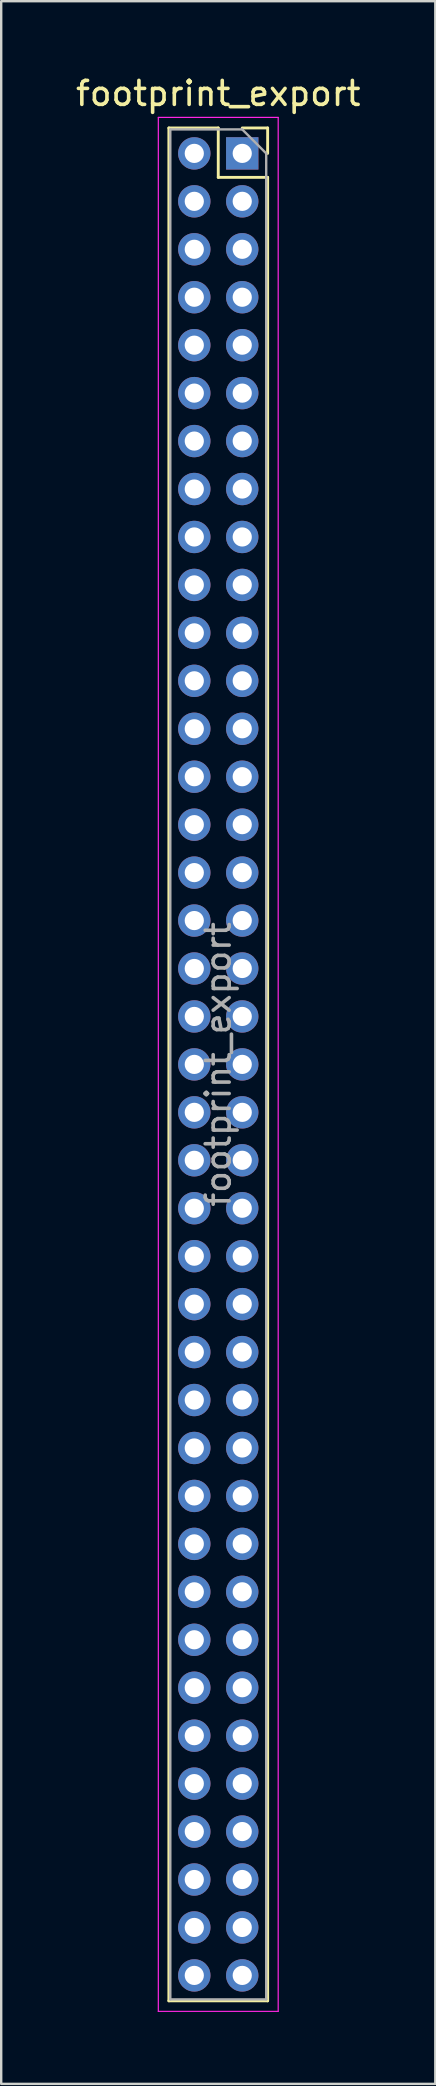
<source format=kicad_pcb>
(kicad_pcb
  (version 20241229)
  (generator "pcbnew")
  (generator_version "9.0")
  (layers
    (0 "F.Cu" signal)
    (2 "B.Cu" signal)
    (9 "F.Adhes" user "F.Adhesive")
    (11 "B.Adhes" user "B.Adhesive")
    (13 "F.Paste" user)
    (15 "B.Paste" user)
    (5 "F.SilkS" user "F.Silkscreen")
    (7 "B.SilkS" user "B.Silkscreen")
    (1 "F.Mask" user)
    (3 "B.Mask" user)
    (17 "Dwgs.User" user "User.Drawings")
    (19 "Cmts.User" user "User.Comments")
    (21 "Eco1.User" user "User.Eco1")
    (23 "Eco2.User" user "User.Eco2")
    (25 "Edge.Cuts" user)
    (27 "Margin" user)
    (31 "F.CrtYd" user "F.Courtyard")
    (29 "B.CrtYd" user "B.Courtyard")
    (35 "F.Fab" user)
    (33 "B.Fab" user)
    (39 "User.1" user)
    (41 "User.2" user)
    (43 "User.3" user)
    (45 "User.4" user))
  (footprint "footprint_export"
    (layer "F.Cu")
    (at 7.054 3.348)
    (property "Reference" "footprint_export" (at -1 -2.5 0) (layer "F.SilkS") (effects (font (size 1 1) (thickness 0.15))))
    (attr through_hole)
    (fp_line (start -3.06 -1.06) (end -3.06 77.06) (stroke (width 0.12) (type solid)) (layer "F.SilkS"))
    (fp_line (start -3.06 -1.06) (end -1 -1.06) (stroke (width 0.12) (type solid)) (layer "F.SilkS"))
    (fp_line (start -3.06 77.06) (end 1.06 77.06) (stroke (width 0.12) (type solid)) (layer "F.SilkS"))
    (fp_line (start -1 -1.06) (end -1 1) (stroke (width 0.12) (type solid)) (layer "F.SilkS"))
    (fp_line (start -1 1) (end 1.06 1) (stroke (width 0.12) (type solid)) (layer "F.SilkS"))
    (fp_line (start 0 -1.06) (end 1.06 -1.06) (stroke (width 0.12) (type solid)) (layer "F.SilkS"))
    (fp_line (start 1.06 -1.06) (end 1.06 0) (stroke (width 0.12) (type solid)) (layer "F.SilkS"))
    (fp_line (start 1.06 1) (end 1.06 77.06) (stroke (width 0.12) (type solid)) (layer "F.SilkS"))
    (fp_line (start -3.5 -1.5) (end 1.5 -1.5) (stroke (width 0.05) (type solid)) (layer "F.CrtYd"))
    (fp_line (start -3.5 77.5) (end -3.5 -1.5) (stroke (width 0.05) (type solid)) (layer "F.CrtYd"))
    (fp_line (start 1.5 -1.5) (end 1.5 77.5) (stroke (width 0.05) (type solid)) (layer "F.CrtYd"))
    (fp_line (start 1.5 77.5) (end -3.5 77.5) (stroke (width 0.05) (type solid)) (layer "F.CrtYd"))
    (fp_line (start -3 -1) (end 0 -1) (stroke (width 0.1) (type solid)) (layer "F.Fab"))
    (fp_line (start -3 77) (end -3 -1) (stroke (width 0.1) (type solid)) (layer "F.Fab"))
    (fp_line (start 0 -1) (end 1 0) (stroke (width 0.1) (type solid)) (layer "F.Fab"))
    (fp_line (start 1 0) (end 1 77) (stroke (width 0.1) (type solid)) (layer "F.Fab"))
    (fp_line (start 1 77) (end -3 77) (stroke (width 0.1) (type solid)) (layer "F.Fab"))
    (fp_text user "${REFERENCE}" (at -1 38 90) (layer "F.Fab") (effects (font (size 1 1) (thickness 0.15))))
    (pad "1" thru_hole rect (at 0 0) (size 1.35 1.35) (drill 0.8) (layers "*.Cu" "*.Mask"))
    (pad "2" thru_hole oval (at -2 0) (size 1.35 1.35) (drill 0.8) (layers "*.Cu" "*.Mask"))
    (pad "3" thru_hole oval (at 0 2) (size 1.35 1.35) (drill 0.8) (layers "*.Cu" "*.Mask"))
    (pad "4" thru_hole oval (at -2 2) (size 1.35 1.35) (drill 0.8) (layers "*.Cu" "*.Mask"))
    (pad "5" thru_hole oval (at 0 4) (size 1.35 1.35) (drill 0.8) (layers "*.Cu" "*.Mask"))
    (pad "6" thru_hole oval (at -2 4) (size 1.35 1.35) (drill 0.8) (layers "*.Cu" "*.Mask"))
    (pad "7" thru_hole oval (at 0 6) (size 1.35 1.35) (drill 0.8) (layers "*.Cu" "*.Mask"))
    (pad "8" thru_hole oval (at -2 6) (size 1.35 1.35) (drill 0.8) (layers "*.Cu" "*.Mask"))
    (pad "9" thru_hole oval (at 0 8) (size 1.35 1.35) (drill 0.8) (layers "*.Cu" "*.Mask"))
    (pad "10" thru_hole oval (at -2 8) (size 1.35 1.35) (drill 0.8) (layers "*.Cu" "*.Mask"))
    (pad "11" thru_hole oval (at 0 10) (size 1.35 1.35) (drill 0.8) (layers "*.Cu" "*.Mask"))
    (pad "12" thru_hole oval (at -2 10) (size 1.35 1.35) (drill 0.8) (layers "*.Cu" "*.Mask"))
    (pad "13" thru_hole oval (at 0 12) (size 1.35 1.35) (drill 0.8) (layers "*.Cu" "*.Mask"))
    (pad "14" thru_hole oval (at -2 12) (size 1.35 1.35) (drill 0.8) (layers "*.Cu" "*.Mask"))
    (pad "15" thru_hole oval (at 0 14) (size 1.35 1.35) (drill 0.8) (layers "*.Cu" "*.Mask"))
    (pad "16" thru_hole oval (at -2 14) (size 1.35 1.35) (drill 0.8) (layers "*.Cu" "*.Mask"))
    (pad "17" thru_hole oval (at 0 16) (size 1.35 1.35) (drill 0.8) (layers "*.Cu" "*.Mask"))
    (pad "18" thru_hole oval (at -2 16) (size 1.35 1.35) (drill 0.8) (layers "*.Cu" "*.Mask"))
    (pad "19" thru_hole oval (at 0 18) (size 1.35 1.35) (drill 0.8) (layers "*.Cu" "*.Mask"))
    (pad "20" thru_hole oval (at -2 18) (size 1.35 1.35) (drill 0.8) (layers "*.Cu" "*.Mask"))
    (pad "21" thru_hole oval (at 0 20) (size 1.35 1.35) (drill 0.8) (layers "*.Cu" "*.Mask"))
    (pad "22" thru_hole oval (at -2 20) (size 1.35 1.35) (drill 0.8) (layers "*.Cu" "*.Mask"))
    (pad "23" thru_hole oval (at 0 22) (size 1.35 1.35) (drill 0.8) (layers "*.Cu" "*.Mask"))
    (pad "24" thru_hole oval (at -2 22) (size 1.35 1.35) (drill 0.8) (layers "*.Cu" "*.Mask"))
    (pad "25" thru_hole oval (at 0 24) (size 1.35 1.35) (drill 0.8) (layers "*.Cu" "*.Mask"))
    (pad "26" thru_hole oval (at -2 24) (size 1.35 1.35) (drill 0.8) (layers "*.Cu" "*.Mask"))
    (pad "27" thru_hole oval (at 0 26) (size 1.35 1.35) (drill 0.8) (layers "*.Cu" "*.Mask"))
    (pad "28" thru_hole oval (at -2 26) (size 1.35 1.35) (drill 0.8) (layers "*.Cu" "*.Mask"))
    (pad "29" thru_hole oval (at 0 28) (size 1.35 1.35) (drill 0.8) (layers "*.Cu" "*.Mask"))
    (pad "30" thru_hole oval (at -2 28) (size 1.35 1.35) (drill 0.8) (layers "*.Cu" "*.Mask"))
    (pad "31" thru_hole oval (at 0 30) (size 1.35 1.35) (drill 0.8) (layers "*.Cu" "*.Mask"))
    (pad "32" thru_hole oval (at -2 30) (size 1.35 1.35) (drill 0.8) (layers "*.Cu" "*.Mask"))
    (pad "33" thru_hole oval (at 0 32) (size 1.35 1.35) (drill 0.8) (layers "*.Cu" "*.Mask"))
    (pad "34" thru_hole oval (at -2 32) (size 1.35 1.35) (drill 0.8) (layers "*.Cu" "*.Mask"))
    (pad "35" thru_hole oval (at 0 34) (size 1.35 1.35) (drill 0.8) (layers "*.Cu" "*.Mask"))
    (pad "36" thru_hole oval (at -2 34) (size 1.35 1.35) (drill 0.8) (layers "*.Cu" "*.Mask"))
    (pad "37" thru_hole oval (at 0 36) (size 1.35 1.35) (drill 0.8) (layers "*.Cu" "*.Mask"))
    (pad "38" thru_hole oval (at -2 36) (size 1.35 1.35) (drill 0.8) (layers "*.Cu" "*.Mask"))
    (pad "39" thru_hole oval (at 0 38) (size 1.35 1.35) (drill 0.8) (layers "*.Cu" "*.Mask"))
    (pad "40" thru_hole oval (at -2 38) (size 1.35 1.35) (drill 0.8) (layers "*.Cu" "*.Mask"))
    (pad "41" thru_hole oval (at 0 40) (size 1.35 1.35) (drill 0.8) (layers "*.Cu" "*.Mask"))
    (pad "42" thru_hole oval (at -2 40) (size 1.35 1.35) (drill 0.8) (layers "*.Cu" "*.Mask"))
    (pad "43" thru_hole oval (at 0 42) (size 1.35 1.35) (drill 0.8) (layers "*.Cu" "*.Mask"))
    (pad "44" thru_hole oval (at -2 42) (size 1.35 1.35) (drill 0.8) (layers "*.Cu" "*.Mask"))
    (pad "45" thru_hole oval (at 0 44) (size 1.35 1.35) (drill 0.8) (layers "*.Cu" "*.Mask"))
    (pad "46" thru_hole oval (at -2 44) (size 1.35 1.35) (drill 0.8) (layers "*.Cu" "*.Mask"))
    (pad "47" thru_hole oval (at 0 46) (size 1.35 1.35) (drill 0.8) (layers "*.Cu" "*.Mask"))
    (pad "48" thru_hole oval (at -2 46) (size 1.35 1.35) (drill 0.8) (layers "*.Cu" "*.Mask"))
    (pad "49" thru_hole oval (at 0 48) (size 1.35 1.35) (drill 0.8) (layers "*.Cu" "*.Mask"))
    (pad "50" thru_hole oval (at -2 48) (size 1.35 1.35) (drill 0.8) (layers "*.Cu" "*.Mask"))
    (pad "51" thru_hole oval (at 0 50) (size 1.35 1.35) (drill 0.8) (layers "*.Cu" "*.Mask"))
    (pad "52" thru_hole oval (at -2 50) (size 1.35 1.35) (drill 0.8) (layers "*.Cu" "*.Mask"))
    (pad "53" thru_hole oval (at 0 52) (size 1.35 1.35) (drill 0.8) (layers "*.Cu" "*.Mask"))
    (pad "54" thru_hole oval (at -2 52) (size 1.35 1.35) (drill 0.8) (layers "*.Cu" "*.Mask"))
    (pad "55" thru_hole oval (at 0 54) (size 1.35 1.35) (drill 0.8) (layers "*.Cu" "*.Mask"))
    (pad "56" thru_hole oval (at -2 54) (size 1.35 1.35) (drill 0.8) (layers "*.Cu" "*.Mask"))
    (pad "57" thru_hole oval (at 0 56) (size 1.35 1.35) (drill 0.8) (layers "*.Cu" "*.Mask"))
    (pad "58" thru_hole oval (at -2 56) (size 1.35 1.35) (drill 0.8) (layers "*.Cu" "*.Mask"))
    (pad "59" thru_hole oval (at 0 58) (size 1.35 1.35) (drill 0.8) (layers "*.Cu" "*.Mask"))
    (pad "60" thru_hole oval (at -2 58) (size 1.35 1.35) (drill 0.8) (layers "*.Cu" "*.Mask"))
    (pad "61" thru_hole oval (at 0 60) (size 1.35 1.35) (drill 0.8) (layers "*.Cu" "*.Mask"))
    (pad "62" thru_hole oval (at -2 60) (size 1.35 1.35) (drill 0.8) (layers "*.Cu" "*.Mask"))
    (pad "63" thru_hole oval (at 0 62) (size 1.35 1.35) (drill 0.8) (layers "*.Cu" "*.Mask"))
    (pad "64" thru_hole oval (at -2 62) (size 1.35 1.35) (drill 0.8) (layers "*.Cu" "*.Mask"))
    (pad "65" thru_hole oval (at 0 64) (size 1.35 1.35) (drill 0.8) (layers "*.Cu" "*.Mask"))
    (pad "66" thru_hole oval (at -2 64) (size 1.35 1.35) (drill 0.8) (layers "*.Cu" "*.Mask"))
    (pad "67" thru_hole oval (at 0 66) (size 1.35 1.35) (drill 0.8) (layers "*.Cu" "*.Mask"))
    (pad "68" thru_hole oval (at -2 66) (size 1.35 1.35) (drill 0.8) (layers "*.Cu" "*.Mask"))
    (pad "69" thru_hole oval (at 0 68) (size 1.35 1.35) (drill 0.8) (layers "*.Cu" "*.Mask"))
    (pad "70" thru_hole oval (at -2 68) (size 1.35 1.35) (drill 0.8) (layers "*.Cu" "*.Mask"))
    (pad "71" thru_hole oval (at 0 70) (size 1.35 1.35) (drill 0.8) (layers "*.Cu" "*.Mask"))
    (pad "72" thru_hole oval (at -2 70) (size 1.35 1.35) (drill 0.8) (layers "*.Cu" "*.Mask"))
    (pad "73" thru_hole oval (at 0 72) (size 1.35 1.35) (drill 0.8) (layers "*.Cu" "*.Mask"))
    (pad "74" thru_hole oval (at -2 72) (size 1.35 1.35) (drill 0.8) (layers "*.Cu" "*.Mask"))
    (pad "75" thru_hole oval (at 0 74) (size 1.35 1.35) (drill 0.8) (layers "*.Cu" "*.Mask"))
    (pad "76" thru_hole oval (at -2 74) (size 1.35 1.35) (drill 0.8) (layers "*.Cu" "*.Mask"))
    (pad "77" thru_hole oval (at 0 76) (size 1.35 1.35) (drill 0.8) (layers "*.Cu" "*.Mask"))
    (pad "78" thru_hole oval (at -2 76) (size 1.35 1.35) (drill 0.8) (layers "*.Cu" "*.Mask")))
  (gr_rect
    (start -3 -3)
    (end 15.107 83.873)
    (stroke (width 0.1) (type default))
    (fill no)
    (layer "Edge.Cuts")))
</source>
